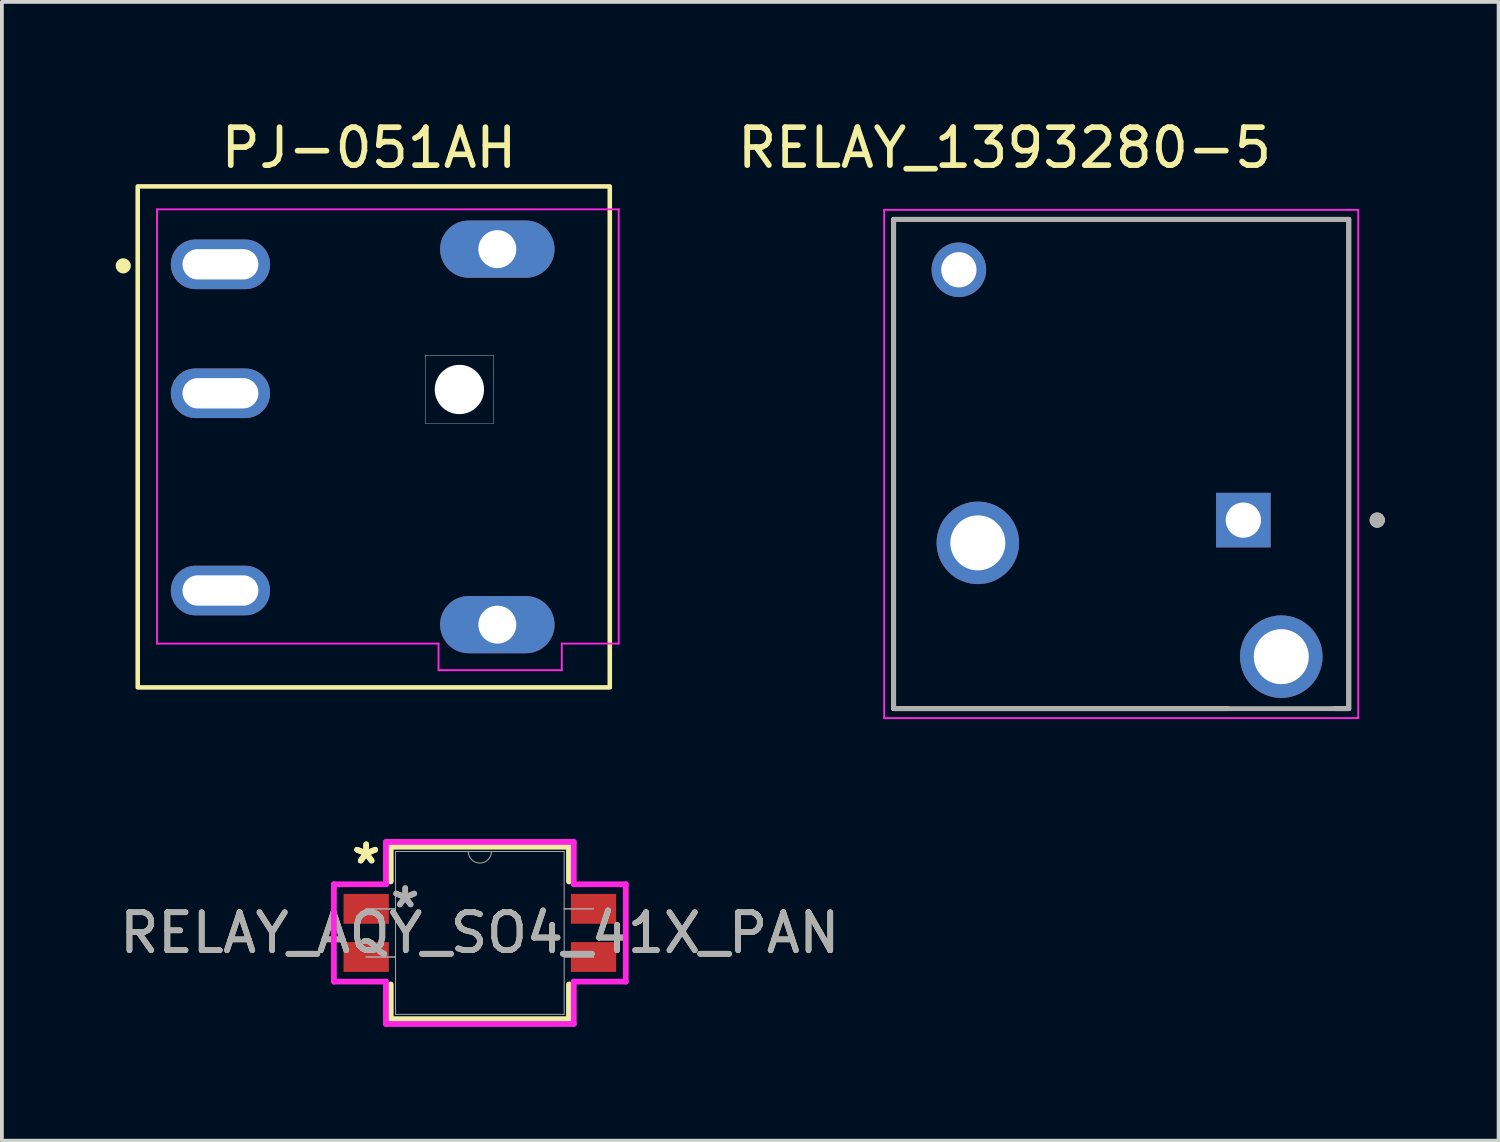
<source format=kicad_pcb>
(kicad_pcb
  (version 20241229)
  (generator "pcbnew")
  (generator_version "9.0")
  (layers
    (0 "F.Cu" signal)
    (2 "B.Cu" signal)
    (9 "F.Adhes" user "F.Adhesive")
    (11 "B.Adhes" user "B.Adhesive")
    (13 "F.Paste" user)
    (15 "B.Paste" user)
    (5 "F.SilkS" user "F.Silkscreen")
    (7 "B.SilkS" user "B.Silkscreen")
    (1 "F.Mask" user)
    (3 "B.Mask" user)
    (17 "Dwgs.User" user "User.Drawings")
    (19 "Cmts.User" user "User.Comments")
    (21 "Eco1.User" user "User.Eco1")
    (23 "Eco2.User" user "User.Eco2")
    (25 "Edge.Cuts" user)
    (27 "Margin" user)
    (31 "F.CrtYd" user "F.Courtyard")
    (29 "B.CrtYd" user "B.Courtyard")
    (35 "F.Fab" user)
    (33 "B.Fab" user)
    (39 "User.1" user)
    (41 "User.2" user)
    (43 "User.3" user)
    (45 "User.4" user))
  (footprint "PJ-051AH"
    (layer "F.Cu")
    (at 7.312 8.469)
    (property "Reference" "PJ-051AH" (at -0.635 -7.62 0) (layer "F.SilkS") (effects (font (size 1 1) (thickness 0.15))))
    (attr through_hole)
    (fp_rect (start -6.731 -6.604) (end 5.715 6.604) (stroke (width 0.12) (type solid)) (fill no) (layer "F.SilkS"))
    (fp_circle (center -7.112 -4.51) (end -7.012 -4.51) (stroke (width 0.2) (type solid)) (fill no) (layer "F.SilkS"))
    (fp_line (start 0.85 -2.15) (end 2.65 -2.15) (stroke (width 0.01) (type solid)) (layer "Edge.Cuts"))
    (fp_line (start 0.85 -0.35) (end 0.85 -2.15) (stroke (width 0.01) (type solid)) (layer "Edge.Cuts"))
    (fp_line (start 2.65 -2.15) (end 2.65 -0.35) (stroke (width 0.01) (type solid)) (layer "Edge.Cuts"))
    (fp_line (start 2.65 -0.35) (end 0.85 -0.35) (stroke (width 0.01) (type solid)) (layer "Edge.Cuts"))
    (fp_line (start -6.223 -6) (end -6.223 5.45) (stroke (width 0.05) (type solid)) (layer "F.CrtYd"))
    (fp_line (start 1.2 5.45) (end -6.223 5.45) (stroke (width 0.05) (type solid)) (layer "F.CrtYd"))
    (fp_line (start 1.2 5.45) (end 1.2 6.15) (stroke (width 0.05) (type solid)) (layer "F.CrtYd"))
    (fp_line (start 4.45 6.15) (end 1.2 6.15) (stroke (width 0.05) (type solid)) (layer "F.CrtYd"))
    (fp_line (start 4.45 6.15) (end 4.45 5.45) (stroke (width 0.05) (type solid)) (layer "F.CrtYd"))
    (fp_line (start 5.95 -6) (end -6.223 -6) (stroke (width 0.05) (type solid)) (layer "F.CrtYd"))
    (fp_line (start 5.95 5.45) (end 4.45 5.45) (stroke (width 0.05) (type solid)) (layer "F.CrtYd"))
    (fp_line (start 5.95 5.45) (end 5.95 -6) (stroke (width 0.05) (type solid)) (layer "F.CrtYd"))
    (pad "" np_thru_hole circle (at 1.75 -1.25) (size 1.3 1.3) (drill 1.3) (layers "*.Cu" "*.Mask"))
    (pad "1" thru_hole oval (at -4.55 -4.55) (size 2.616 1.308) (drill oval 2 0.8) (layers "*.Cu" "*.Mask"))
    (pad "2" thru_hole oval (at -4.55 4.05) (size 2.616 1.308) (drill oval 2 0.8) (layers "*.Cu" "*.Mask"))
    (pad "3" thru_hole oval (at -4.55 -1.15) (size 2.616 1.308) (drill oval 2 0.8) (layers "*.Cu" "*.Mask"))
    (pad "S1" thru_hole oval (at 2.75 -4.95) (size 3.016 1.508) (drill 1) (layers "*.Cu" "*.Mask"))
    (pad "S2" thru_hole oval (at 2.75 4.95) (size 3.016 1.508) (drill 1) (layers "*.Cu" "*.Mask")))
  (footprint "RELAY_1393280-5"
    (layer "F.Cu")
    (at 26.511 9.183)
    (property "Reference" "RELAY_1393280-5" (at -3.075 -8.335 0) (layer "F.SilkS") (effects (font (size 1 1) (thickness 0.15))))
    (attr through_hole)
    (fp_line (start -6 -6.45) (end -6 6.45) (stroke (width 0.127) (type solid)) (layer "F.SilkS"))
    (fp_line (start -6 6.45) (end 2.812 6.45) (stroke (width 0.127) (type solid)) (layer "F.SilkS"))
    (fp_line (start 5.628 6.45) (end 6 6.45) (stroke (width 0.127) (type solid)) (layer "F.SilkS"))
    (fp_line (start 6 -6.45) (end -6 -6.45) (stroke (width 0.127) (type solid)) (layer "F.SilkS"))
    (fp_line (start 6 6.45) (end 6 -6.45) (stroke (width 0.127) (type solid)) (layer "F.SilkS"))
    (fp_circle (center 6.75 1.48) (end 6.85 1.48) (stroke (width 0.2) (type solid)) (fill no) (layer "F.SilkS"))
    (fp_line (start -6.25 -6.7) (end -6.25 6.7) (stroke (width 0.05) (type solid)) (layer "F.CrtYd"))
    (fp_line (start -6.25 6.7) (end 6.25 6.7) (stroke (width 0.05) (type solid)) (layer "F.CrtYd"))
    (fp_line (start 6.25 -6.7) (end -6.25 -6.7) (stroke (width 0.05) (type solid)) (layer "F.CrtYd"))
    (fp_line (start 6.25 6.7) (end 6.25 -6.7) (stroke (width 0.05) (type solid)) (layer "F.CrtYd"))
    (fp_line (start -6 -6.45) (end -6 6.45) (stroke (width 0.127) (type solid)) (layer "F.Fab"))
    (fp_line (start -6 6.45) (end 6 6.45) (stroke (width 0.127) (type solid)) (layer "F.Fab"))
    (fp_line (start 6 -6.45) (end -6 -6.45) (stroke (width 0.127) (type solid)) (layer "F.Fab"))
    (fp_line (start 6 6.45) (end 6 -6.45) (stroke (width 0.127) (type solid)) (layer "F.Fab"))
    (fp_circle (center 6.75 1.48) (end 6.85 1.48) (stroke (width 0.2) (type solid)) (fill no) (layer "F.Fab"))
    (pad "1" thru_hole rect (at 3.22 1.48) (size 1.438 1.438) (drill 0.93) (layers "*.Cu" "*.Mask"))
    (pad "2" thru_hole circle (at -4.28 -5.12) (size 1.438 1.438) (drill 0.93) (layers "*.Cu" "*.Mask"))
    (pad "4" thru_hole circle (at 4.22 5.08) (size 2.175 2.175) (drill 1.45) (layers "*.Cu" "*.Mask"))
    (pad "5" thru_hole circle (at -3.78 2.08) (size 2.175 2.175) (drill 1.45) (layers "*.Cu" "*.Mask")))
  (footprint "RELAY_AQY_SO4_41X_PAN"
    (layer "F.Cu")
    (at 6.604 20.912)
    (property "Reference" "RELAY_AQY_SO4_41X_PAN" (at 2.997 0.635 0) (unlocked yes) (layer "F.SilkS") (effects (font (size 1 1) (thickness 0.15))))
    (attr smd)
    (fp_line (start 0.648 -1.638) (end 0.648 -0.723) (stroke (width 0.152) (type solid)) (layer "F.SilkS"))
    (fp_line (start 0.648 1.993) (end 0.648 2.908) (stroke (width 0.152) (type solid)) (layer "F.SilkS"))
    (fp_line (start 0.648 2.908) (end 5.347 2.908) (stroke (width 0.152) (type solid)) (layer "F.SilkS"))
    (fp_line (start 5.347 -1.638) (end 0.648 -1.638) (stroke (width 0.152) (type solid)) (layer "F.SilkS"))
    (fp_line (start 5.347 -0.723) (end 5.347 -1.638) (stroke (width 0.152) (type solid)) (layer "F.SilkS"))
    (fp_line (start 5.347 2.908) (end 5.347 1.993) (stroke (width 0.152) (type solid)) (layer "F.SilkS"))
    (fp_line (start -0.851 -0.648) (end 0.521 -0.648) (stroke (width 0.152) (type solid)) (layer "F.CrtYd"))
    (fp_line (start -0.851 1.918) (end -0.851 -0.648) (stroke (width 0.152) (type solid)) (layer "F.CrtYd"))
    (fp_line (start 0.521 -1.765) (end 5.474 -1.765) (stroke (width 0.152) (type solid)) (layer "F.CrtYd"))
    (fp_line (start 0.521 -0.648) (end 0.521 -1.765) (stroke (width 0.152) (type solid)) (layer "F.CrtYd"))
    (fp_line (start 0.521 1.918) (end -0.851 1.918) (stroke (width 0.152) (type solid)) (layer "F.CrtYd"))
    (fp_line (start 0.521 3.035) (end 0.521 1.918) (stroke (width 0.152) (type solid)) (layer "F.CrtYd"))
    (fp_line (start 5.474 -1.765) (end 5.474 -0.648) (stroke (width 0.152) (type solid)) (layer "F.CrtYd"))
    (fp_line (start 5.474 1.918) (end 5.474 3.035) (stroke (width 0.152) (type solid)) (layer "F.CrtYd"))
    (fp_line (start 5.474 3.035) (end 0.521 3.035) (stroke (width 0.152) (type solid)) (layer "F.CrtYd"))
    (fp_line (start 6.845 -0.648) (end 5.474 -0.648) (stroke (width 0.152) (type solid)) (layer "F.CrtYd"))
    (fp_line (start 6.845 -0.648) (end 6.845 1.918) (stroke (width 0.152) (type solid)) (layer "F.CrtYd"))
    (fp_line (start 6.845 1.918) (end 5.474 1.918) (stroke (width 0.152) (type solid)) (layer "F.CrtYd"))
    (fp_line (start 0 0) (end 0 0) (stroke (width 0.025) (type solid)) (layer "F.Fab"))
    (fp_line (start 0 0) (end 0.775 0) (stroke (width 0.025) (type solid)) (layer "F.Fab"))
    (fp_line (start 0 1.27) (end 0 1.27) (stroke (width 0.025) (type solid)) (layer "F.Fab"))
    (fp_line (start 0 1.27) (end 0.775 1.27) (stroke (width 0.025) (type solid)) (layer "F.Fab"))
    (fp_line (start 0.775 -1.511) (end 0.775 2.781) (stroke (width 0.025) (type solid)) (layer "F.Fab"))
    (fp_line (start 0.775 0) (end 0 0) (stroke (width 0.025) (type solid)) (layer "F.Fab"))
    (fp_line (start 0.775 0) (end 0.775 0) (stroke (width 0.025) (type solid)) (layer "F.Fab"))
    (fp_line (start 0.775 1.27) (end 0 1.27) (stroke (width 0.025) (type solid)) (layer "F.Fab"))
    (fp_line (start 0.775 1.27) (end 0.775 1.27) (stroke (width 0.025) (type solid)) (layer "F.Fab"))
    (fp_line (start 0.775 2.781) (end 5.22 2.781) (stroke (width 0.025) (type solid)) (layer "F.Fab"))
    (fp_line (start 5.22 -1.511) (end 0.775 -1.511) (stroke (width 0.025) (type solid)) (layer "F.Fab"))
    (fp_line (start 5.22 0) (end 5.22 0) (stroke (width 0.025) (type solid)) (layer "F.Fab"))
    (fp_line (start 5.22 0) (end 5.994 0) (stroke (width 0.025) (type solid)) (layer "F.Fab"))
    (fp_line (start 5.22 1.27) (end 5.22 1.27) (stroke (width 0.025) (type solid)) (layer "F.Fab"))
    (fp_line (start 5.22 1.27) (end 5.994 1.27) (stroke (width 0.025) (type solid)) (layer "F.Fab"))
    (fp_line (start 5.22 2.781) (end 5.22 -1.511) (stroke (width 0.025) (type solid)) (layer "F.Fab"))
    (fp_line (start 5.994 0) (end 5.22 0) (stroke (width 0.025) (type solid)) (layer "F.Fab"))
    (fp_line (start 5.994 0) (end 5.994 0) (stroke (width 0.025) (type solid)) (layer "F.Fab"))
    (fp_line (start 5.994 1.27) (end 5.22 1.27) (stroke (width 0.025) (type solid)) (layer "F.Fab"))
    (fp_line (start 5.994 1.27) (end 5.994 1.27) (stroke (width 0.025) (type solid)) (layer "F.Fab"))
    (fp_arc (start 3.302 -1.5113) (mid 2.9972 -1.2065) (end 2.6924 -1.5113) (stroke (width 0.0254) (type solid)) (layer "F.Fab"))
    (fp_text user "*" (at 0 -1.156 0) (unlocked yes) (layer "F.SilkS") (effects (font (size 1 1) (thickness 0.15))))
    (fp_text user "*" (at 0 -1.156 0) (layer "F.SilkS") (effects (font (size 1 1) (thickness 0.15))))
    (fp_text user "*" (at 1.029 0 0) (layer "F.Fab") (effects (font (size 1 1) (thickness 0.15))))
    (fp_text user "*" (at 1.029 0 0) (unlocked yes) (layer "F.Fab") (effects (font (size 1 1) (thickness 0.15))))
    (fp_text user "${REFERENCE}" (at 2.997 0.635 0) (unlocked yes) (layer "F.Fab") (effects (font (size 1 1) (thickness 0.15))))
    (pad "1" smd rect (at 0 0) (size 1.194 0.787) (layers "F.Cu" "F.Mask" "F.Paste"))
    (pad "2" smd rect (at 0 1.27) (size 1.194 0.787) (layers "F.Cu" "F.Mask" "F.Paste"))
    (pad "3" smd rect (at 5.994 1.27) (size 1.194 0.787) (layers "F.Cu" "F.Mask" "F.Paste"))
    (pad "4" smd rect (at 5.994 0) (size 1.194 0.787) (layers "F.Cu" "F.Mask" "F.Paste")))
  (gr_rect
    (start -3 -3)
    (end 36.461 27.024)
    (stroke (width 0.1) (type default))
    (fill no)
    (layer "Edge.Cuts")))
</source>
